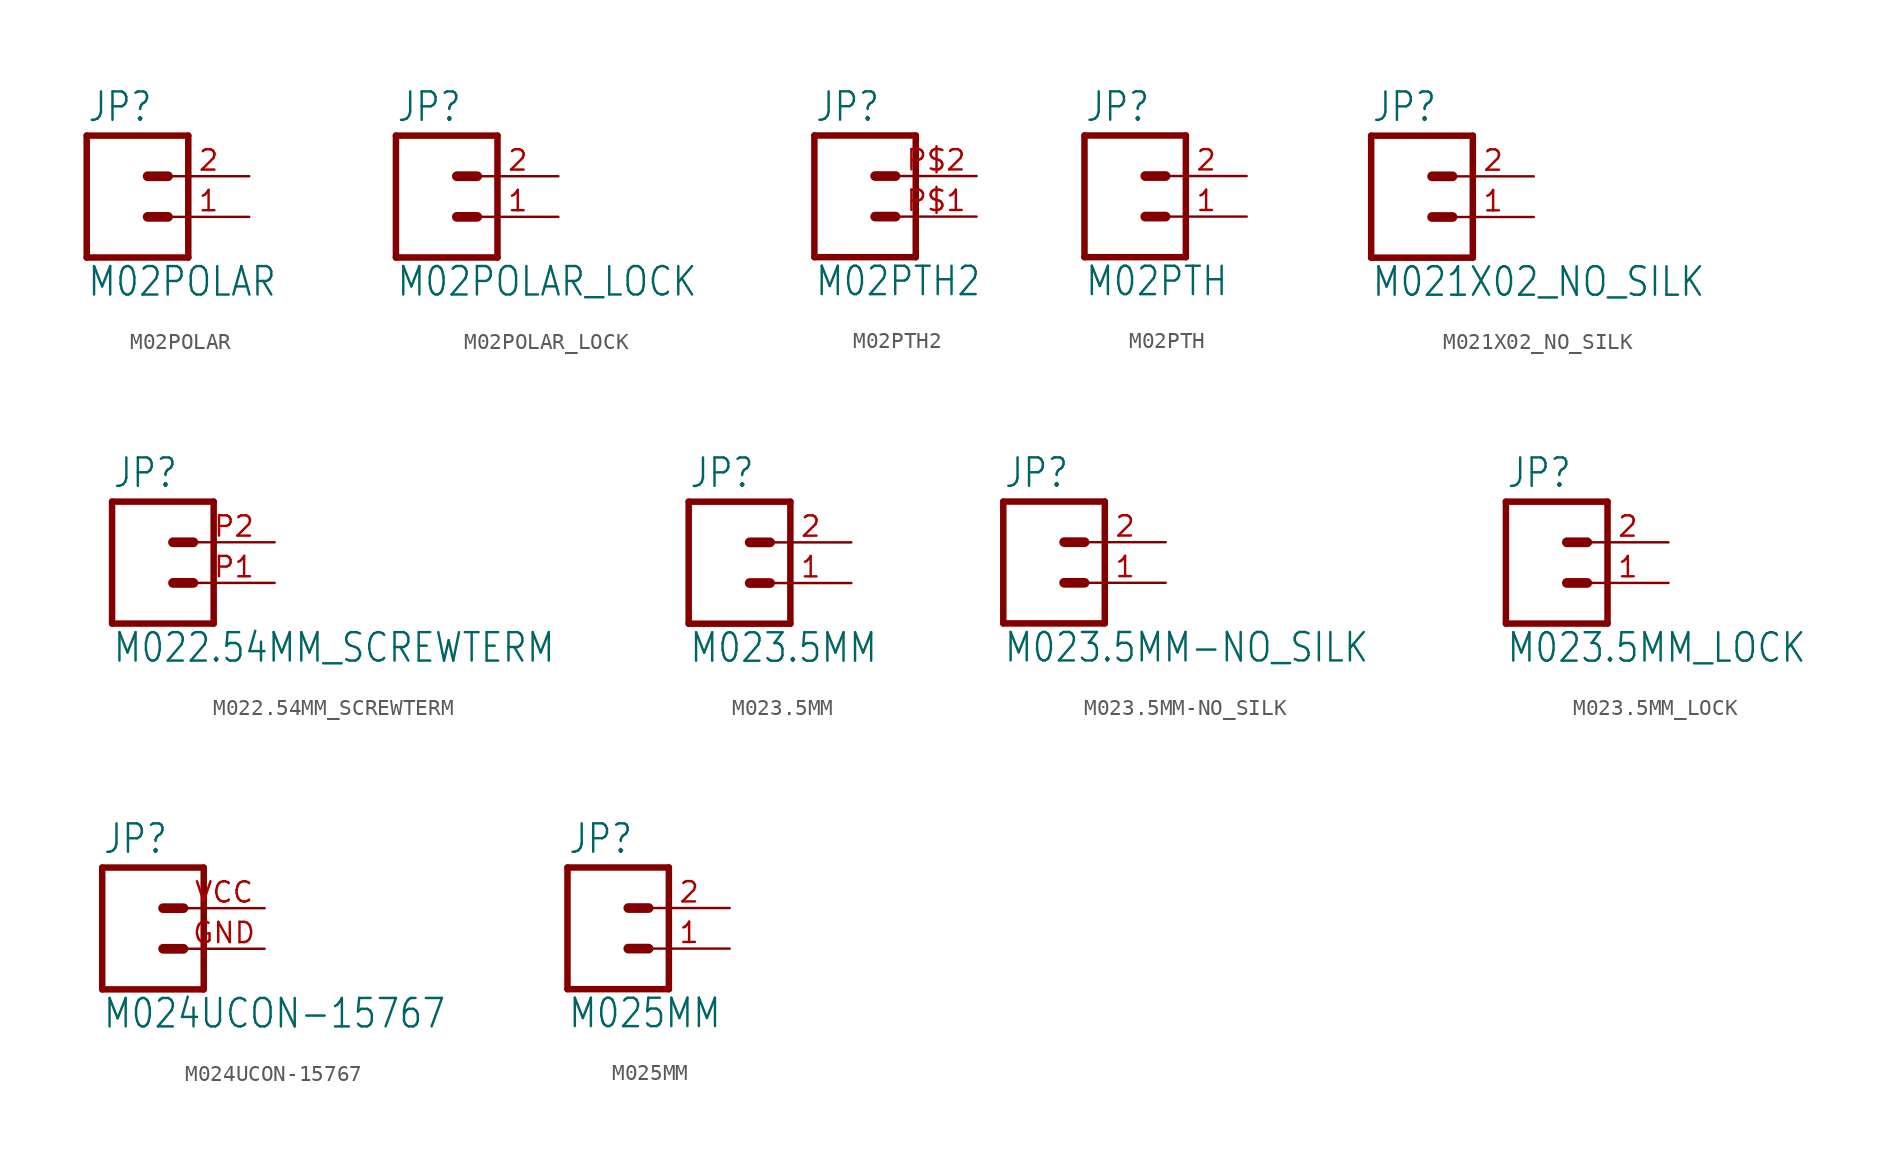
<source format=kicad_sym>
(kicad_symbol_lib
  (version 20220331)
  (generator kicad_symbol_editor)
  (symbol "M02POLAR"
    (property "Reference" "JP"
      (at -2.54 5.842 0)
      (effects (font (size 1.778 1.511)) (justify left bottom)))
    (property "Value" "M02POLAR"
      (at -2.54 -5.08 0)
      (effects (font (size 1.778 1.511)) (justify left bottom)))
    (property "ki_locked" ""
      (at 0 0 0)
      (effects (font (size 1.27 1.27))))
    (symbol "M02POLAR_1_0"
      (polyline (pts (xy -2.54 5.08) (xy -2.54 -2.54)) (stroke (width 0.406) (type solid)) (fill (type none)))
      (polyline (pts (xy -2.54 5.08) (xy 3.81 5.08)) (stroke (width 0.406) (type solid)) (fill (type none)))
      (polyline (pts (xy 1.27 0) (xy 2.54 0)) (stroke (width 0.61) (type solid)) (fill (type none)))
      (polyline (pts (xy 1.27 2.54) (xy 2.54 2.54)) (stroke (width 0.61) (type solid)) (fill (type none)))
      (polyline (pts (xy 3.81 -2.54) (xy -2.54 -2.54)) (stroke (width 0.406) (type solid)) (fill (type none)))
      (polyline (pts (xy 3.81 -2.54) (xy 3.81 5.08)) (stroke (width 0.406) (type solid)) (fill (type none)))
      (pin passive line (at 7.62 0 180) (length 5.08) (name "1" (effects (font (size 0 0)))) (number "1" (effects (font (size 1.27 1.27)))))
      (pin passive line (at 7.62 2.54 180) (length 5.08) (name "2" (effects (font (size 0 0)))) (number "2" (effects (font (size 1.27 1.27)))))))
  (symbol "M02POLAR_LOCK"
    (property "Reference" "JP"
      (at -2.54 5.842 0)
      (effects (font (size 1.778 1.511)) (justify left bottom)))
    (property "Value" "M02POLAR_LOCK"
      (at -2.54 -5.08 0)
      (effects (font (size 1.778 1.511)) (justify left bottom)))
    (property "ki_locked" ""
      (at 0 0 0)
      (effects (font (size 1.27 1.27))))
    (symbol "M02POLAR_LOCK_1_0"
      (polyline (pts (xy -2.54 5.08) (xy -2.54 -2.54)) (stroke (width 0.406) (type solid)) (fill (type none)))
      (polyline (pts (xy -2.54 5.08) (xy 3.81 5.08)) (stroke (width 0.406) (type solid)) (fill (type none)))
      (polyline (pts (xy 1.27 0) (xy 2.54 0)) (stroke (width 0.61) (type solid)) (fill (type none)))
      (polyline (pts (xy 1.27 2.54) (xy 2.54 2.54)) (stroke (width 0.61) (type solid)) (fill (type none)))
      (polyline (pts (xy 3.81 -2.54) (xy -2.54 -2.54)) (stroke (width 0.406) (type solid)) (fill (type none)))
      (polyline (pts (xy 3.81 -2.54) (xy 3.81 5.08)) (stroke (width 0.406) (type solid)) (fill (type none)))
      (pin passive line (at 7.62 0 180) (length 5.08) (name "1" (effects (font (size 0 0)))) (number "1" (effects (font (size 1.27 1.27)))))
      (pin passive line (at 7.62 2.54 180) (length 5.08) (name "2" (effects (font (size 0 0)))) (number "2" (effects (font (size 1.27 1.27)))))))
  (symbol "M02PTH2"
    (property "Reference" "JP"
      (at -2.54 5.842 0)
      (effects (font (size 1.778 1.511)) (justify left bottom)))
    (property "Value" "M02PTH2"
      (at -2.54 -5.08 0)
      (effects (font (size 1.778 1.511)) (justify left bottom)))
    (property "ki_locked" ""
      (at 0 0 0)
      (effects (font (size 1.27 1.27))))
    (symbol "M02PTH2_1_0"
      (polyline (pts (xy -2.54 5.08) (xy -2.54 -2.54)) (stroke (width 0.406) (type solid)) (fill (type none)))
      (polyline (pts (xy -2.54 5.08) (xy 3.81 5.08)) (stroke (width 0.406) (type solid)) (fill (type none)))
      (polyline (pts (xy 1.27 0) (xy 2.54 0)) (stroke (width 0.61) (type solid)) (fill (type none)))
      (polyline (pts (xy 1.27 2.54) (xy 2.54 2.54)) (stroke (width 0.61) (type solid)) (fill (type none)))
      (polyline (pts (xy 3.81 -2.54) (xy -2.54 -2.54)) (stroke (width 0.406) (type solid)) (fill (type none)))
      (polyline (pts (xy 3.81 -2.54) (xy 3.81 5.08)) (stroke (width 0.406) (type solid)) (fill (type none)))
      (pin passive line (at 7.62 0 180) (length 5.08) (name "1" (effects (font (size 0 0)))) (number "P$1" (effects (font (size 1.27 1.27)))))
      (pin passive line (at 7.62 2.54 180) (length 5.08) (name "2" (effects (font (size 0 0)))) (number "P$2" (effects (font (size 1.27 1.27)))))))
  (symbol "M02PTH"
    (property "Reference" "JP"
      (at -2.54 5.842 0)
      (effects (font (size 1.778 1.511)) (justify left bottom)))
    (property "Value" "M02PTH"
      (at -2.54 -5.08 0)
      (effects (font (size 1.778 1.511)) (justify left bottom)))
    (property "ki_locked" ""
      (at 0 0 0)
      (effects (font (size 1.27 1.27))))
    (symbol "M02PTH_1_0"
      (polyline (pts (xy -2.54 5.08) (xy -2.54 -2.54)) (stroke (width 0.406) (type solid)) (fill (type none)))
      (polyline (pts (xy -2.54 5.08) (xy 3.81 5.08)) (stroke (width 0.406) (type solid)) (fill (type none)))
      (polyline (pts (xy 1.27 0) (xy 2.54 0)) (stroke (width 0.61) (type solid)) (fill (type none)))
      (polyline (pts (xy 1.27 2.54) (xy 2.54 2.54)) (stroke (width 0.61) (type solid)) (fill (type none)))
      (polyline (pts (xy 3.81 -2.54) (xy -2.54 -2.54)) (stroke (width 0.406) (type solid)) (fill (type none)))
      (polyline (pts (xy 3.81 -2.54) (xy 3.81 5.08)) (stroke (width 0.406) (type solid)) (fill (type none)))
      (pin passive line (at 7.62 0 180) (length 5.08) (name "1" (effects (font (size 0 0)))) (number "1" (effects (font (size 1.27 1.27)))))
      (pin passive line (at 7.62 2.54 180) (length 5.08) (name "2" (effects (font (size 0 0)))) (number "2" (effects (font (size 1.27 1.27)))))))
  (symbol "M021X02_NO_SILK"
    (property "Reference" "JP"
      (at -2.54 5.842 0)
      (effects (font (size 1.778 1.511)) (justify left bottom)))
    (property "Value" "M021X02_NO_SILK"
      (at -2.54 -5.08 0)
      (effects (font (size 1.778 1.511)) (justify left bottom)))
    (property "ki_locked" ""
      (at 0 0 0)
      (effects (font (size 1.27 1.27))))
    (symbol "M021X02_NO_SILK_1_0"
      (polyline (pts (xy -2.54 5.08) (xy -2.54 -2.54)) (stroke (width 0.406) (type solid)) (fill (type none)))
      (polyline (pts (xy -2.54 5.08) (xy 3.81 5.08)) (stroke (width 0.406) (type solid)) (fill (type none)))
      (polyline (pts (xy 1.27 0) (xy 2.54 0)) (stroke (width 0.61) (type solid)) (fill (type none)))
      (polyline (pts (xy 1.27 2.54) (xy 2.54 2.54)) (stroke (width 0.61) (type solid)) (fill (type none)))
      (polyline (pts (xy 3.81 -2.54) (xy -2.54 -2.54)) (stroke (width 0.406) (type solid)) (fill (type none)))
      (polyline (pts (xy 3.81 -2.54) (xy 3.81 5.08)) (stroke (width 0.406) (type solid)) (fill (type none)))
      (pin passive line (at 7.62 0 180) (length 5.08) (name "1" (effects (font (size 0 0)))) (number "1" (effects (font (size 1.27 1.27)))))
      (pin passive line (at 7.62 2.54 180) (length 5.08) (name "2" (effects (font (size 0 0)))) (number "2" (effects (font (size 1.27 1.27)))))))
  (symbol "M022.54MM_SCREWTERM"
    (property "Reference" "JP"
      (at -2.54 5.842 0)
      (effects (font (size 1.778 1.511)) (justify left bottom)))
    (property "Value" "M022.54MM_SCREWTERM"
      (at -2.54 -5.08 0)
      (effects (font (size 1.778 1.511)) (justify left bottom)))
    (property "ki_locked" ""
      (at 0 0 0)
      (effects (font (size 1.27 1.27))))
    (symbol "M022.54MM_SCREWTERM_1_0"
      (polyline (pts (xy -2.54 5.08) (xy -2.54 -2.54)) (stroke (width 0.406) (type solid)) (fill (type none)))
      (polyline (pts (xy -2.54 5.08) (xy 3.81 5.08)) (stroke (width 0.406) (type solid)) (fill (type none)))
      (polyline (pts (xy 1.27 0) (xy 2.54 0)) (stroke (width 0.61) (type solid)) (fill (type none)))
      (polyline (pts (xy 1.27 2.54) (xy 2.54 2.54)) (stroke (width 0.61) (type solid)) (fill (type none)))
      (polyline (pts (xy 3.81 -2.54) (xy -2.54 -2.54)) (stroke (width 0.406) (type solid)) (fill (type none)))
      (polyline (pts (xy 3.81 -2.54) (xy 3.81 5.08)) (stroke (width 0.406) (type solid)) (fill (type none)))
      (pin passive line (at 7.62 0 180) (length 5.08) (name "1" (effects (font (size 0 0)))) (number "P1" (effects (font (size 1.27 1.27)))))
      (pin passive line (at 7.62 2.54 180) (length 5.08) (name "2" (effects (font (size 0 0)))) (number "P2" (effects (font (size 1.27 1.27)))))))
  (symbol "M023.5MM"
    (property "Reference" "JP"
      (at -2.54 5.842 0)
      (effects (font (size 1.778 1.511)) (justify left bottom)))
    (property "Value" "M023.5MM"
      (at -2.54 -5.08 0)
      (effects (font (size 1.778 1.511)) (justify left bottom)))
    (property "ki_locked" ""
      (at 0 0 0)
      (effects (font (size 1.27 1.27))))
    (symbol "M023.5MM_1_0"
      (polyline (pts (xy -2.54 5.08) (xy -2.54 -2.54)) (stroke (width 0.406) (type solid)) (fill (type none)))
      (polyline (pts (xy -2.54 5.08) (xy 3.81 5.08)) (stroke (width 0.406) (type solid)) (fill (type none)))
      (polyline (pts (xy 1.27 0) (xy 2.54 0)) (stroke (width 0.61) (type solid)) (fill (type none)))
      (polyline (pts (xy 1.27 2.54) (xy 2.54 2.54)) (stroke (width 0.61) (type solid)) (fill (type none)))
      (polyline (pts (xy 3.81 -2.54) (xy -2.54 -2.54)) (stroke (width 0.406) (type solid)) (fill (type none)))
      (polyline (pts (xy 3.81 -2.54) (xy 3.81 5.08)) (stroke (width 0.406) (type solid)) (fill (type none)))
      (pin passive line (at 7.62 0 180) (length 5.08) (name "1" (effects (font (size 0 0)))) (number "1" (effects (font (size 1.27 1.27)))))
      (pin passive line (at 7.62 2.54 180) (length 5.08) (name "2" (effects (font (size 0 0)))) (number "2" (effects (font (size 1.27 1.27)))))))
  (symbol "M023.5MM-NO_SILK"
    (property "Reference" "JP"
      (at -2.54 5.842 0)
      (effects (font (size 1.778 1.511)) (justify left bottom)))
    (property "Value" "M023.5MM-NO_SILK"
      (at -2.54 -5.08 0)
      (effects (font (size 1.778 1.511)) (justify left bottom)))
    (property "ki_locked" ""
      (at 0 0 0)
      (effects (font (size 1.27 1.27))))
    (symbol "M023.5MM-NO_SILK_1_0"
      (polyline (pts (xy -2.54 5.08) (xy -2.54 -2.54)) (stroke (width 0.406) (type solid)) (fill (type none)))
      (polyline (pts (xy -2.54 5.08) (xy 3.81 5.08)) (stroke (width 0.406) (type solid)) (fill (type none)))
      (polyline (pts (xy 1.27 0) (xy 2.54 0)) (stroke (width 0.61) (type solid)) (fill (type none)))
      (polyline (pts (xy 1.27 2.54) (xy 2.54 2.54)) (stroke (width 0.61) (type solid)) (fill (type none)))
      (polyline (pts (xy 3.81 -2.54) (xy -2.54 -2.54)) (stroke (width 0.406) (type solid)) (fill (type none)))
      (polyline (pts (xy 3.81 -2.54) (xy 3.81 5.08)) (stroke (width 0.406) (type solid)) (fill (type none)))
      (pin passive line (at 7.62 0 180) (length 5.08) (name "1" (effects (font (size 0 0)))) (number "1" (effects (font (size 1.27 1.27)))))
      (pin passive line (at 7.62 2.54 180) (length 5.08) (name "2" (effects (font (size 0 0)))) (number "2" (effects (font (size 1.27 1.27)))))))
  (symbol "M023.5MM_LOCK"
    (property "Reference" "JP"
      (at -2.54 5.842 0)
      (effects (font (size 1.778 1.511)) (justify left bottom)))
    (property "Value" "M023.5MM_LOCK"
      (at -2.54 -5.08 0)
      (effects (font (size 1.778 1.511)) (justify left bottom)))
    (property "ki_locked" ""
      (at 0 0 0)
      (effects (font (size 1.27 1.27))))
    (symbol "M023.5MM_LOCK_1_0"
      (polyline (pts (xy -2.54 5.08) (xy -2.54 -2.54)) (stroke (width 0.406) (type solid)) (fill (type none)))
      (polyline (pts (xy -2.54 5.08) (xy 3.81 5.08)) (stroke (width 0.406) (type solid)) (fill (type none)))
      (polyline (pts (xy 1.27 0) (xy 2.54 0)) (stroke (width 0.61) (type solid)) (fill (type none)))
      (polyline (pts (xy 1.27 2.54) (xy 2.54 2.54)) (stroke (width 0.61) (type solid)) (fill (type none)))
      (polyline (pts (xy 3.81 -2.54) (xy -2.54 -2.54)) (stroke (width 0.406) (type solid)) (fill (type none)))
      (polyline (pts (xy 3.81 -2.54) (xy 3.81 5.08)) (stroke (width 0.406) (type solid)) (fill (type none)))
      (pin passive line (at 7.62 0 180) (length 5.08) (name "1" (effects (font (size 0 0)))) (number "1" (effects (font (size 1.27 1.27)))))
      (pin passive line (at 7.62 2.54 180) (length 5.08) (name "2" (effects (font (size 0 0)))) (number "2" (effects (font (size 1.27 1.27)))))))
  (symbol "M024UCON-15767"
    (property "Reference" "JP"
      (at -2.54 5.842 0)
      (effects (font (size 1.778 1.511)) (justify left bottom)))
    (property "Value" "M024UCON-15767"
      (at -2.54 -5.08 0)
      (effects (font (size 1.778 1.511)) (justify left bottom)))
    (property "ki_locked" ""
      (at 0 0 0)
      (effects (font (size 1.27 1.27))))
    (symbol "M024UCON-15767_1_0"
      (polyline (pts (xy -2.54 5.08) (xy -2.54 -2.54)) (stroke (width 0.406) (type solid)) (fill (type none)))
      (polyline (pts (xy -2.54 5.08) (xy 3.81 5.08)) (stroke (width 0.406) (type solid)) (fill (type none)))
      (polyline (pts (xy 1.27 0) (xy 2.54 0)) (stroke (width 0.61) (type solid)) (fill (type none)))
      (polyline (pts (xy 1.27 2.54) (xy 2.54 2.54)) (stroke (width 0.61) (type solid)) (fill (type none)))
      (polyline (pts (xy 3.81 -2.54) (xy -2.54 -2.54)) (stroke (width 0.406) (type solid)) (fill (type none)))
      (polyline (pts (xy 3.81 -2.54) (xy 3.81 5.08)) (stroke (width 0.406) (type solid)) (fill (type none)))
      (pin passive line (at 7.62 0 180) (length 5.08) (name "1" (effects (font (size 0 0)))) (number "GND" (effects (font (size 1.27 1.27)))))
      (pin passive line (at 7.62 2.54 180) (length 5.08) (name "2" (effects (font (size 0 0)))) (number "VCC" (effects (font (size 1.27 1.27)))))))
  (symbol "M025MM"
    (property "Reference" "JP"
      (at -2.54 5.842 0)
      (effects (font (size 1.778 1.511)) (justify left bottom)))
    (property "Value" "M025MM"
      (at -2.54 -5.08 0)
      (effects (font (size 1.778 1.511)) (justify left bottom)))
    (property "ki_locked" ""
      (at 0 0 0)
      (effects (font (size 1.27 1.27))))
    (symbol "M025MM_1_0"
      (polyline (pts (xy -2.54 5.08) (xy -2.54 -2.54)) (stroke (width 0.406) (type solid)) (fill (type none)))
      (polyline (pts (xy -2.54 5.08) (xy 3.81 5.08)) (stroke (width 0.406) (type solid)) (fill (type none)))
      (polyline (pts (xy 1.27 0) (xy 2.54 0)) (stroke (width 0.61) (type solid)) (fill (type none)))
      (polyline (pts (xy 1.27 2.54) (xy 2.54 2.54)) (stroke (width 0.61) (type solid)) (fill (type none)))
      (polyline (pts (xy 3.81 -2.54) (xy -2.54 -2.54)) (stroke (width 0.406) (type solid)) (fill (type none)))
      (polyline (pts (xy 3.81 -2.54) (xy 3.81 5.08)) (stroke (width 0.406) (type solid)) (fill (type none)))
      (pin passive line (at 7.62 0 180) (length 5.08) (name "1" (effects (font (size 0 0)))) (number "1" (effects (font (size 1.27 1.27)))))
      (pin passive line (at 7.62 2.54 180) (length 5.08) (name "2" (effects (font (size 0 0)))) (number "2" (effects (font (size 1.27 1.27))))))))
</source>
